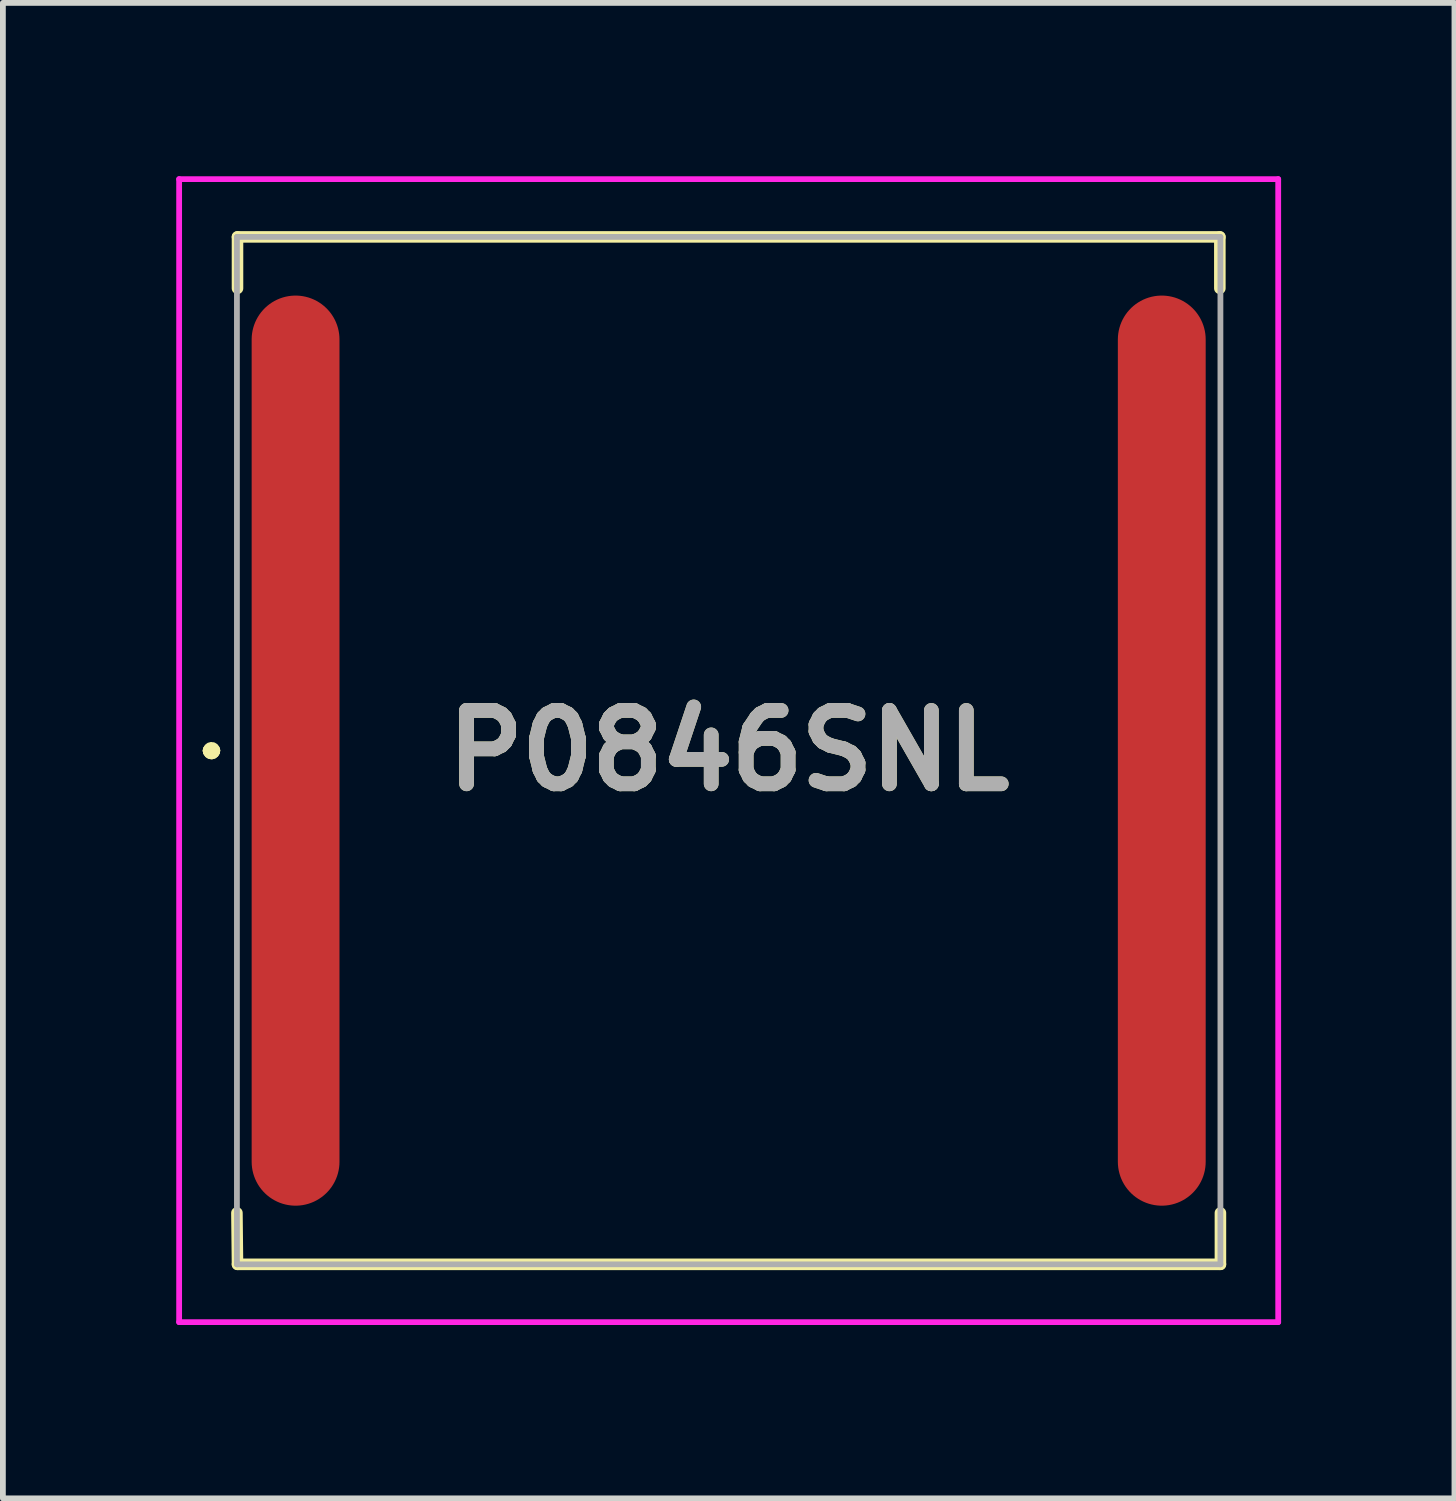
<source format=kicad_pcb>
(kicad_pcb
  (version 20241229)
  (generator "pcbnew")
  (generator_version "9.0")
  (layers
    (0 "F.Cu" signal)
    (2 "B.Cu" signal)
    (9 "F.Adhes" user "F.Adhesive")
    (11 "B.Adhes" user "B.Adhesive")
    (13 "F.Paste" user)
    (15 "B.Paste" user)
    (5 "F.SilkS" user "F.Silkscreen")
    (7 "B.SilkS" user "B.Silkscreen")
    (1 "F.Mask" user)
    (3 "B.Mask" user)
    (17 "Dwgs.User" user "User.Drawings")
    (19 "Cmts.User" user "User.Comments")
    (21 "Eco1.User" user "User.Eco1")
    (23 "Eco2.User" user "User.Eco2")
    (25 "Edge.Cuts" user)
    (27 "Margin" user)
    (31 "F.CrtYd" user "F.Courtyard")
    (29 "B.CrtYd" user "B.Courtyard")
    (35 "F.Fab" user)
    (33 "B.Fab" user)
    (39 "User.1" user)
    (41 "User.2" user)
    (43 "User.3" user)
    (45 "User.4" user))
  (footprint "P0846SNL"
    (layer "F.Cu")
    (at 9.56 9.94)
    (property "Reference" "P0846SNL" (at 0 0 0) (layer "F.SilkS") (effects (font (size 1.27 1.27) (thickness 0.254))))
    (attr smd)
    (fp_line (start -9 0) (end -9 0) (stroke (width 0.2) (type solid)) (layer "F.SilkS"))
    (fp_line (start -9 0) (end -9 0) (stroke (width 0.2) (type solid)) (layer "F.SilkS"))
    (fp_line (start -8.9 0) (end -8.9 0) (stroke (width 0.2) (type solid)) (layer "F.SilkS"))
    (fp_line (start -8.51 8) (end -8.5 8.89) (stroke (width 0.2) (type solid)) (layer "F.SilkS"))
    (fp_line (start -8.5 -8.89) (end 8.5 -8.89) (stroke (width 0.2) (type solid)) (layer "F.SilkS"))
    (fp_line (start -8.5 -8) (end -8.5 -8.89) (stroke (width 0.2) (type solid)) (layer "F.SilkS"))
    (fp_line (start -8.5 8.89) (end 8.51 8.89) (stroke (width 0.2) (type solid)) (layer "F.SilkS"))
    (fp_line (start 8.5 -8.89) (end 8.5 -8) (stroke (width 0.2) (type solid)) (layer "F.SilkS"))
    (fp_line (start 8.51 8.89) (end 8.51 8) (stroke (width 0.2) (type solid)) (layer "F.SilkS"))
    (fp_arc (start -9 0) (mid -8.95 -0.05) (end -8.9 0) (stroke (width 0.2) (type solid)) (layer "F.SilkS"))
    (fp_arc (start -8.9 0) (mid -8.95 0.05) (end -9 0) (stroke (width 0.2) (type solid)) (layer "F.SilkS"))
    (fp_arc (start -8.9 0) (mid -8.95 0.05) (end -9 0) (stroke (width 0.2) (type solid)) (layer "F.SilkS"))
    (fp_line (start -9.51 -9.89) (end 9.51 -9.89) (stroke (width 0.1) (type solid)) (layer "F.CrtYd"))
    (fp_line (start -9.51 9.89) (end -9.51 -9.89) (stroke (width 0.1) (type solid)) (layer "F.CrtYd"))
    (fp_line (start 9.51 -9.89) (end 9.51 9.89) (stroke (width 0.1) (type solid)) (layer "F.CrtYd"))
    (fp_line (start 9.51 9.89) (end -9.51 9.89) (stroke (width 0.1) (type solid)) (layer "F.CrtYd"))
    (fp_line (start -8.51 -8.89) (end -8.51 8.89) (stroke (width 0.1) (type solid)) (layer "F.Fab"))
    (fp_line (start -8.51 8.89) (end 8.51 8.89) (stroke (width 0.1) (type solid)) (layer "F.Fab"))
    (fp_line (start 8.51 -8.89) (end -8.51 -8.89) (stroke (width 0.1) (type solid)) (layer "F.Fab"))
    (fp_line (start 8.51 8.89) (end 8.51 -8.89) (stroke (width 0.1) (type solid)) (layer "F.Fab"))
    (fp_text user "${REFERENCE}" (at 0 0 0) (layer "F.Fab") (effects (font (size 1.27 1.27) (thickness 0.254))))
    (pad "1" smd oval (at -7.495 0) (size 1.52 15.75) (layers "F.Cu" "F.Mask" "F.Paste"))
    (pad "2" smd oval (at 7.495 0) (size 1.52 15.75) (layers "F.Cu" "F.Mask" "F.Paste")))
  (gr_rect
    (start -3 -3)
    (end 22.12 22.88)
    (stroke (width 0.1) (type default))
    (fill no)
    (layer "Edge.Cuts")))
</source>
